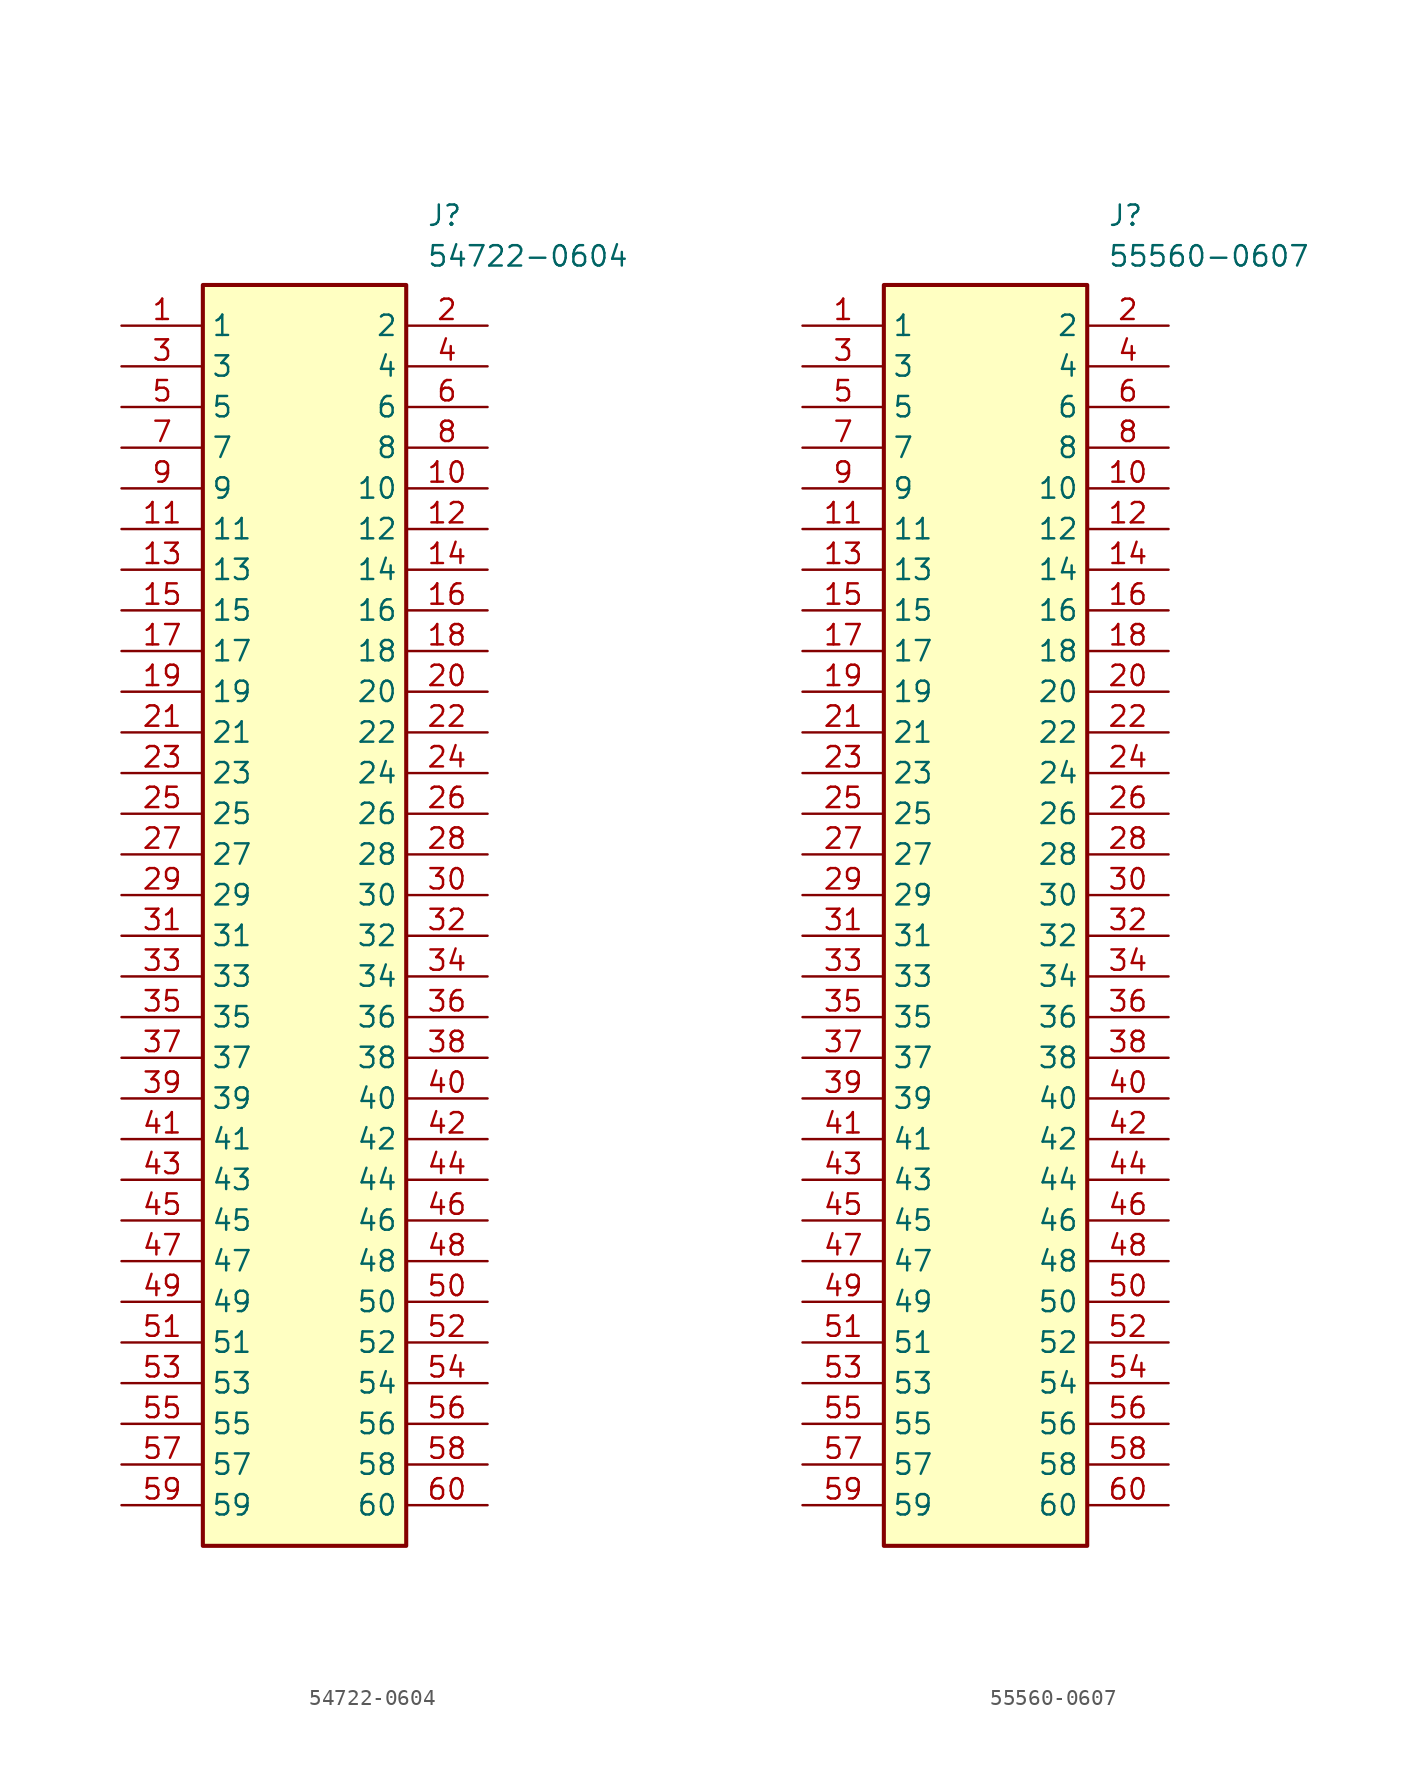
<source format=kicad_sym>
(kicad_symbol_lib
  (version 20241209)
  (generator "kicad_symbol_editor")
  (generator_version "9.0")
  (symbol "54722-0604"
    (property "Reference" "J"
      (at 19.05 7.62 0)
      (effects (font (size 1.27 1.27)) (justify left top)))
    (property "Value" "54722-0604"
      (at 19.05 5.08 0)
      (effects (font (size 1.27 1.27)) (justify left top)))
    (symbol "54722-0604_1_1"
      (rectangle (start 5.08 2.54) (end 17.78 -76.2) (stroke (width 0.254) (type default)) (fill (type background)))
      (pin passive line (at 0 0 0) (length 5.08) (name "1" (effects (font (size 1.27 1.27)))) (number "1" (effects (font (size 1.27 1.27)))))
      (pin passive line (at 0 -2.54 0) (length 5.08) (name "3" (effects (font (size 1.27 1.27)))) (number "3" (effects (font (size 1.27 1.27)))))
      (pin passive line (at 0 -5.08 0) (length 5.08) (name "5" (effects (font (size 1.27 1.27)))) (number "5" (effects (font (size 1.27 1.27)))))
      (pin passive line (at 0 -7.62 0) (length 5.08) (name "7" (effects (font (size 1.27 1.27)))) (number "7" (effects (font (size 1.27 1.27)))))
      (pin passive line (at 0 -10.16 0) (length 5.08) (name "9" (effects (font (size 1.27 1.27)))) (number "9" (effects (font (size 1.27 1.27)))))
      (pin passive line (at 0 -12.7 0) (length 5.08) (name "11" (effects (font (size 1.27 1.27)))) (number "11" (effects (font (size 1.27 1.27)))))
      (pin passive line (at 0 -15.24 0) (length 5.08) (name "13" (effects (font (size 1.27 1.27)))) (number "13" (effects (font (size 1.27 1.27)))))
      (pin passive line (at 0 -17.78 0) (length 5.08) (name "15" (effects (font (size 1.27 1.27)))) (number "15" (effects (font (size 1.27 1.27)))))
      (pin passive line (at 0 -20.32 0) (length 5.08) (name "17" (effects (font (size 1.27 1.27)))) (number "17" (effects (font (size 1.27 1.27)))))
      (pin passive line (at 0 -22.86 0) (length 5.08) (name "19" (effects (font (size 1.27 1.27)))) (number "19" (effects (font (size 1.27 1.27)))))
      (pin passive line (at 0 -25.4 0) (length 5.08) (name "21" (effects (font (size 1.27 1.27)))) (number "21" (effects (font (size 1.27 1.27)))))
      (pin passive line (at 0 -27.94 0) (length 5.08) (name "23" (effects (font (size 1.27 1.27)))) (number "23" (effects (font (size 1.27 1.27)))))
      (pin passive line (at 0 -30.48 0) (length 5.08) (name "25" (effects (font (size 1.27 1.27)))) (number "25" (effects (font (size 1.27 1.27)))))
      (pin passive line (at 0 -33.02 0) (length 5.08) (name "27" (effects (font (size 1.27 1.27)))) (number "27" (effects (font (size 1.27 1.27)))))
      (pin passive line (at 0 -35.56 0) (length 5.08) (name "29" (effects (font (size 1.27 1.27)))) (number "29" (effects (font (size 1.27 1.27)))))
      (pin passive line (at 0 -38.1 0) (length 5.08) (name "31" (effects (font (size 1.27 1.27)))) (number "31" (effects (font (size 1.27 1.27)))))
      (pin passive line (at 0 -40.64 0) (length 5.08) (name "33" (effects (font (size 1.27 1.27)))) (number "33" (effects (font (size 1.27 1.27)))))
      (pin passive line (at 0 -43.18 0) (length 5.08) (name "35" (effects (font (size 1.27 1.27)))) (number "35" (effects (font (size 1.27 1.27)))))
      (pin passive line (at 0 -45.72 0) (length 5.08) (name "37" (effects (font (size 1.27 1.27)))) (number "37" (effects (font (size 1.27 1.27)))))
      (pin passive line (at 0 -48.26 0) (length 5.08) (name "39" (effects (font (size 1.27 1.27)))) (number "39" (effects (font (size 1.27 1.27)))))
      (pin passive line (at 0 -50.8 0) (length 5.08) (name "41" (effects (font (size 1.27 1.27)))) (number "41" (effects (font (size 1.27 1.27)))))
      (pin passive line (at 0 -53.34 0) (length 5.08) (name "43" (effects (font (size 1.27 1.27)))) (number "43" (effects (font (size 1.27 1.27)))))
      (pin passive line (at 0 -55.88 0) (length 5.08) (name "45" (effects (font (size 1.27 1.27)))) (number "45" (effects (font (size 1.27 1.27)))))
      (pin passive line (at 0 -58.42 0) (length 5.08) (name "47" (effects (font (size 1.27 1.27)))) (number "47" (effects (font (size 1.27 1.27)))))
      (pin passive line (at 0 -60.96 0) (length 5.08) (name "49" (effects (font (size 1.27 1.27)))) (number "49" (effects (font (size 1.27 1.27)))))
      (pin passive line (at 0 -63.5 0) (length 5.08) (name "51" (effects (font (size 1.27 1.27)))) (number "51" (effects (font (size 1.27 1.27)))))
      (pin passive line (at 0 -66.04 0) (length 5.08) (name "53" (effects (font (size 1.27 1.27)))) (number "53" (effects (font (size 1.27 1.27)))))
      (pin passive line (at 0 -68.58 0) (length 5.08) (name "55" (effects (font (size 1.27 1.27)))) (number "55" (effects (font (size 1.27 1.27)))))
      (pin passive line (at 0 -71.12 0) (length 5.08) (name "57" (effects (font (size 1.27 1.27)))) (number "57" (effects (font (size 1.27 1.27)))))
      (pin passive line (at 0 -73.66 0) (length 5.08) (name "59" (effects (font (size 1.27 1.27)))) (number "59" (effects (font (size 1.27 1.27)))))
      (pin passive line (at 22.86 0 180) (length 5.08) (name "2" (effects (font (size 1.27 1.27)))) (number "2" (effects (font (size 1.27 1.27)))))
      (pin passive line (at 22.86 -2.54 180) (length 5.08) (name "4" (effects (font (size 1.27 1.27)))) (number "4" (effects (font (size 1.27 1.27)))))
      (pin passive line (at 22.86 -5.08 180) (length 5.08) (name "6" (effects (font (size 1.27 1.27)))) (number "6" (effects (font (size 1.27 1.27)))))
      (pin passive line (at 22.86 -7.62 180) (length 5.08) (name "8" (effects (font (size 1.27 1.27)))) (number "8" (effects (font (size 1.27 1.27)))))
      (pin passive line (at 22.86 -10.16 180) (length 5.08) (name "10" (effects (font (size 1.27 1.27)))) (number "10" (effects (font (size 1.27 1.27)))))
      (pin passive line (at 22.86 -12.7 180) (length 5.08) (name "12" (effects (font (size 1.27 1.27)))) (number "12" (effects (font (size 1.27 1.27)))))
      (pin passive line (at 22.86 -15.24 180) (length 5.08) (name "14" (effects (font (size 1.27 1.27)))) (number "14" (effects (font (size 1.27 1.27)))))
      (pin passive line (at 22.86 -17.78 180) (length 5.08) (name "16" (effects (font (size 1.27 1.27)))) (number "16" (effects (font (size 1.27 1.27)))))
      (pin passive line (at 22.86 -20.32 180) (length 5.08) (name "18" (effects (font (size 1.27 1.27)))) (number "18" (effects (font (size 1.27 1.27)))))
      (pin passive line (at 22.86 -22.86 180) (length 5.08) (name "20" (effects (font (size 1.27 1.27)))) (number "20" (effects (font (size 1.27 1.27)))))
      (pin passive line (at 22.86 -25.4 180) (length 5.08) (name "22" (effects (font (size 1.27 1.27)))) (number "22" (effects (font (size 1.27 1.27)))))
      (pin passive line (at 22.86 -27.94 180) (length 5.08) (name "24" (effects (font (size 1.27 1.27)))) (number "24" (effects (font (size 1.27 1.27)))))
      (pin passive line (at 22.86 -30.48 180) (length 5.08) (name "26" (effects (font (size 1.27 1.27)))) (number "26" (effects (font (size 1.27 1.27)))))
      (pin passive line (at 22.86 -33.02 180) (length 5.08) (name "28" (effects (font (size 1.27 1.27)))) (number "28" (effects (font (size 1.27 1.27)))))
      (pin passive line (at 22.86 -35.56 180) (length 5.08) (name "30" (effects (font (size 1.27 1.27)))) (number "30" (effects (font (size 1.27 1.27)))))
      (pin passive line (at 22.86 -38.1 180) (length 5.08) (name "32" (effects (font (size 1.27 1.27)))) (number "32" (effects (font (size 1.27 1.27)))))
      (pin passive line (at 22.86 -40.64 180) (length 5.08) (name "34" (effects (font (size 1.27 1.27)))) (number "34" (effects (font (size 1.27 1.27)))))
      (pin passive line (at 22.86 -43.18 180) (length 5.08) (name "36" (effects (font (size 1.27 1.27)))) (number "36" (effects (font (size 1.27 1.27)))))
      (pin passive line (at 22.86 -45.72 180) (length 5.08) (name "38" (effects (font (size 1.27 1.27)))) (number "38" (effects (font (size 1.27 1.27)))))
      (pin passive line (at 22.86 -48.26 180) (length 5.08) (name "40" (effects (font (size 1.27 1.27)))) (number "40" (effects (font (size 1.27 1.27)))))
      (pin passive line (at 22.86 -50.8 180) (length 5.08) (name "42" (effects (font (size 1.27 1.27)))) (number "42" (effects (font (size 1.27 1.27)))))
      (pin passive line (at 22.86 -53.34 180) (length 5.08) (name "44" (effects (font (size 1.27 1.27)))) (number "44" (effects (font (size 1.27 1.27)))))
      (pin passive line (at 22.86 -55.88 180) (length 5.08) (name "46" (effects (font (size 1.27 1.27)))) (number "46" (effects (font (size 1.27 1.27)))))
      (pin passive line (at 22.86 -58.42 180) (length 5.08) (name "48" (effects (font (size 1.27 1.27)))) (number "48" (effects (font (size 1.27 1.27)))))
      (pin passive line (at 22.86 -60.96 180) (length 5.08) (name "50" (effects (font (size 1.27 1.27)))) (number "50" (effects (font (size 1.27 1.27)))))
      (pin passive line (at 22.86 -63.5 180) (length 5.08) (name "52" (effects (font (size 1.27 1.27)))) (number "52" (effects (font (size 1.27 1.27)))))
      (pin passive line (at 22.86 -66.04 180) (length 5.08) (name "54" (effects (font (size 1.27 1.27)))) (number "54" (effects (font (size 1.27 1.27)))))
      (pin passive line (at 22.86 -68.58 180) (length 5.08) (name "56" (effects (font (size 1.27 1.27)))) (number "56" (effects (font (size 1.27 1.27)))))
      (pin passive line (at 22.86 -71.12 180) (length 5.08) (name "58" (effects (font (size 1.27 1.27)))) (number "58" (effects (font (size 1.27 1.27)))))
      (pin passive line (at 22.86 -73.66 180) (length 5.08) (name "60" (effects (font (size 1.27 1.27)))) (number "60" (effects (font (size 1.27 1.27)))))))
  (symbol "55560-0607"
    (property "Reference" "J"
      (at 19.05 7.62 0)
      (effects (font (size 1.27 1.27)) (justify left top)))
    (property "Value" "55560-0607"
      (at 19.05 5.08 0)
      (effects (font (size 1.27 1.27)) (justify left top)))
    (symbol "55560-0607_1_1"
      (rectangle (start 5.08 2.54) (end 17.78 -76.2) (stroke (width 0.254) (type default)) (fill (type background)))
      (pin passive line (at 0 0 0) (length 5.08) (name "1" (effects (font (size 1.27 1.27)))) (number "1" (effects (font (size 1.27 1.27)))))
      (pin passive line (at 0 -2.54 0) (length 5.08) (name "3" (effects (font (size 1.27 1.27)))) (number "3" (effects (font (size 1.27 1.27)))))
      (pin passive line (at 0 -5.08 0) (length 5.08) (name "5" (effects (font (size 1.27 1.27)))) (number "5" (effects (font (size 1.27 1.27)))))
      (pin passive line (at 0 -7.62 0) (length 5.08) (name "7" (effects (font (size 1.27 1.27)))) (number "7" (effects (font (size 1.27 1.27)))))
      (pin passive line (at 0 -10.16 0) (length 5.08) (name "9" (effects (font (size 1.27 1.27)))) (number "9" (effects (font (size 1.27 1.27)))))
      (pin passive line (at 0 -12.7 0) (length 5.08) (name "11" (effects (font (size 1.27 1.27)))) (number "11" (effects (font (size 1.27 1.27)))))
      (pin passive line (at 0 -15.24 0) (length 5.08) (name "13" (effects (font (size 1.27 1.27)))) (number "13" (effects (font (size 1.27 1.27)))))
      (pin passive line (at 0 -17.78 0) (length 5.08) (name "15" (effects (font (size 1.27 1.27)))) (number "15" (effects (font (size 1.27 1.27)))))
      (pin passive line (at 0 -20.32 0) (length 5.08) (name "17" (effects (font (size 1.27 1.27)))) (number "17" (effects (font (size 1.27 1.27)))))
      (pin passive line (at 0 -22.86 0) (length 5.08) (name "19" (effects (font (size 1.27 1.27)))) (number "19" (effects (font (size 1.27 1.27)))))
      (pin passive line (at 0 -25.4 0) (length 5.08) (name "21" (effects (font (size 1.27 1.27)))) (number "21" (effects (font (size 1.27 1.27)))))
      (pin passive line (at 0 -27.94 0) (length 5.08) (name "23" (effects (font (size 1.27 1.27)))) (number "23" (effects (font (size 1.27 1.27)))))
      (pin passive line (at 0 -30.48 0) (length 5.08) (name "25" (effects (font (size 1.27 1.27)))) (number "25" (effects (font (size 1.27 1.27)))))
      (pin passive line (at 0 -33.02 0) (length 5.08) (name "27" (effects (font (size 1.27 1.27)))) (number "27" (effects (font (size 1.27 1.27)))))
      (pin passive line (at 0 -35.56 0) (length 5.08) (name "29" (effects (font (size 1.27 1.27)))) (number "29" (effects (font (size 1.27 1.27)))))
      (pin passive line (at 0 -38.1 0) (length 5.08) (name "31" (effects (font (size 1.27 1.27)))) (number "31" (effects (font (size 1.27 1.27)))))
      (pin passive line (at 0 -40.64 0) (length 5.08) (name "33" (effects (font (size 1.27 1.27)))) (number "33" (effects (font (size 1.27 1.27)))))
      (pin passive line (at 0 -43.18 0) (length 5.08) (name "35" (effects (font (size 1.27 1.27)))) (number "35" (effects (font (size 1.27 1.27)))))
      (pin passive line (at 0 -45.72 0) (length 5.08) (name "37" (effects (font (size 1.27 1.27)))) (number "37" (effects (font (size 1.27 1.27)))))
      (pin passive line (at 0 -48.26 0) (length 5.08) (name "39" (effects (font (size 1.27 1.27)))) (number "39" (effects (font (size 1.27 1.27)))))
      (pin passive line (at 0 -50.8 0) (length 5.08) (name "41" (effects (font (size 1.27 1.27)))) (number "41" (effects (font (size 1.27 1.27)))))
      (pin passive line (at 0 -53.34 0) (length 5.08) (name "43" (effects (font (size 1.27 1.27)))) (number "43" (effects (font (size 1.27 1.27)))))
      (pin passive line (at 0 -55.88 0) (length 5.08) (name "45" (effects (font (size 1.27 1.27)))) (number "45" (effects (font (size 1.27 1.27)))))
      (pin passive line (at 0 -58.42 0) (length 5.08) (name "47" (effects (font (size 1.27 1.27)))) (number "47" (effects (font (size 1.27 1.27)))))
      (pin passive line (at 0 -60.96 0) (length 5.08) (name "49" (effects (font (size 1.27 1.27)))) (number "49" (effects (font (size 1.27 1.27)))))
      (pin passive line (at 0 -63.5 0) (length 5.08) (name "51" (effects (font (size 1.27 1.27)))) (number "51" (effects (font (size 1.27 1.27)))))
      (pin passive line (at 0 -66.04 0) (length 5.08) (name "53" (effects (font (size 1.27 1.27)))) (number "53" (effects (font (size 1.27 1.27)))))
      (pin passive line (at 0 -68.58 0) (length 5.08) (name "55" (effects (font (size 1.27 1.27)))) (number "55" (effects (font (size 1.27 1.27)))))
      (pin passive line (at 0 -71.12 0) (length 5.08) (name "57" (effects (font (size 1.27 1.27)))) (number "57" (effects (font (size 1.27 1.27)))))
      (pin passive line (at 0 -73.66 0) (length 5.08) (name "59" (effects (font (size 1.27 1.27)))) (number "59" (effects (font (size 1.27 1.27)))))
      (pin passive line (at 22.86 0 180) (length 5.08) (name "2" (effects (font (size 1.27 1.27)))) (number "2" (effects (font (size 1.27 1.27)))))
      (pin passive line (at 22.86 -2.54 180) (length 5.08) (name "4" (effects (font (size 1.27 1.27)))) (number "4" (effects (font (size 1.27 1.27)))))
      (pin passive line (at 22.86 -5.08 180) (length 5.08) (name "6" (effects (font (size 1.27 1.27)))) (number "6" (effects (font (size 1.27 1.27)))))
      (pin passive line (at 22.86 -7.62 180) (length 5.08) (name "8" (effects (font (size 1.27 1.27)))) (number "8" (effects (font (size 1.27 1.27)))))
      (pin passive line (at 22.86 -10.16 180) (length 5.08) (name "10" (effects (font (size 1.27 1.27)))) (number "10" (effects (font (size 1.27 1.27)))))
      (pin passive line (at 22.86 -12.7 180) (length 5.08) (name "12" (effects (font (size 1.27 1.27)))) (number "12" (effects (font (size 1.27 1.27)))))
      (pin passive line (at 22.86 -15.24 180) (length 5.08) (name "14" (effects (font (size 1.27 1.27)))) (number "14" (effects (font (size 1.27 1.27)))))
      (pin passive line (at 22.86 -17.78 180) (length 5.08) (name "16" (effects (font (size 1.27 1.27)))) (number "16" (effects (font (size 1.27 1.27)))))
      (pin passive line (at 22.86 -20.32 180) (length 5.08) (name "18" (effects (font (size 1.27 1.27)))) (number "18" (effects (font (size 1.27 1.27)))))
      (pin passive line (at 22.86 -22.86 180) (length 5.08) (name "20" (effects (font (size 1.27 1.27)))) (number "20" (effects (font (size 1.27 1.27)))))
      (pin passive line (at 22.86 -25.4 180) (length 5.08) (name "22" (effects (font (size 1.27 1.27)))) (number "22" (effects (font (size 1.27 1.27)))))
      (pin passive line (at 22.86 -27.94 180) (length 5.08) (name "24" (effects (font (size 1.27 1.27)))) (number "24" (effects (font (size 1.27 1.27)))))
      (pin passive line (at 22.86 -30.48 180) (length 5.08) (name "26" (effects (font (size 1.27 1.27)))) (number "26" (effects (font (size 1.27 1.27)))))
      (pin passive line (at 22.86 -33.02 180) (length 5.08) (name "28" (effects (font (size 1.27 1.27)))) (number "28" (effects (font (size 1.27 1.27)))))
      (pin passive line (at 22.86 -35.56 180) (length 5.08) (name "30" (effects (font (size 1.27 1.27)))) (number "30" (effects (font (size 1.27 1.27)))))
      (pin passive line (at 22.86 -38.1 180) (length 5.08) (name "32" (effects (font (size 1.27 1.27)))) (number "32" (effects (font (size 1.27 1.27)))))
      (pin passive line (at 22.86 -40.64 180) (length 5.08) (name "34" (effects (font (size 1.27 1.27)))) (number "34" (effects (font (size 1.27 1.27)))))
      (pin passive line (at 22.86 -43.18 180) (length 5.08) (name "36" (effects (font (size 1.27 1.27)))) (number "36" (effects (font (size 1.27 1.27)))))
      (pin passive line (at 22.86 -45.72 180) (length 5.08) (name "38" (effects (font (size 1.27 1.27)))) (number "38" (effects (font (size 1.27 1.27)))))
      (pin passive line (at 22.86 -48.26 180) (length 5.08) (name "40" (effects (font (size 1.27 1.27)))) (number "40" (effects (font (size 1.27 1.27)))))
      (pin passive line (at 22.86 -50.8 180) (length 5.08) (name "42" (effects (font (size 1.27 1.27)))) (number "42" (effects (font (size 1.27 1.27)))))
      (pin passive line (at 22.86 -53.34 180) (length 5.08) (name "44" (effects (font (size 1.27 1.27)))) (number "44" (effects (font (size 1.27 1.27)))))
      (pin passive line (at 22.86 -55.88 180) (length 5.08) (name "46" (effects (font (size 1.27 1.27)))) (number "46" (effects (font (size 1.27 1.27)))))
      (pin passive line (at 22.86 -58.42 180) (length 5.08) (name "48" (effects (font (size 1.27 1.27)))) (number "48" (effects (font (size 1.27 1.27)))))
      (pin passive line (at 22.86 -60.96 180) (length 5.08) (name "50" (effects (font (size 1.27 1.27)))) (number "50" (effects (font (size 1.27 1.27)))))
      (pin passive line (at 22.86 -63.5 180) (length 5.08) (name "52" (effects (font (size 1.27 1.27)))) (number "52" (effects (font (size 1.27 1.27)))))
      (pin passive line (at 22.86 -66.04 180) (length 5.08) (name "54" (effects (font (size 1.27 1.27)))) (number "54" (effects (font (size 1.27 1.27)))))
      (pin passive line (at 22.86 -68.58 180) (length 5.08) (name "56" (effects (font (size 1.27 1.27)))) (number "56" (effects (font (size 1.27 1.27)))))
      (pin passive line (at 22.86 -71.12 180) (length 5.08) (name "58" (effects (font (size 1.27 1.27)))) (number "58" (effects (font (size 1.27 1.27)))))
      (pin passive line (at 22.86 -73.66 180) (length 5.08) (name "60" (effects (font (size 1.27 1.27)))) (number "60" (effects (font (size 1.27 1.27))))))))
</source>
